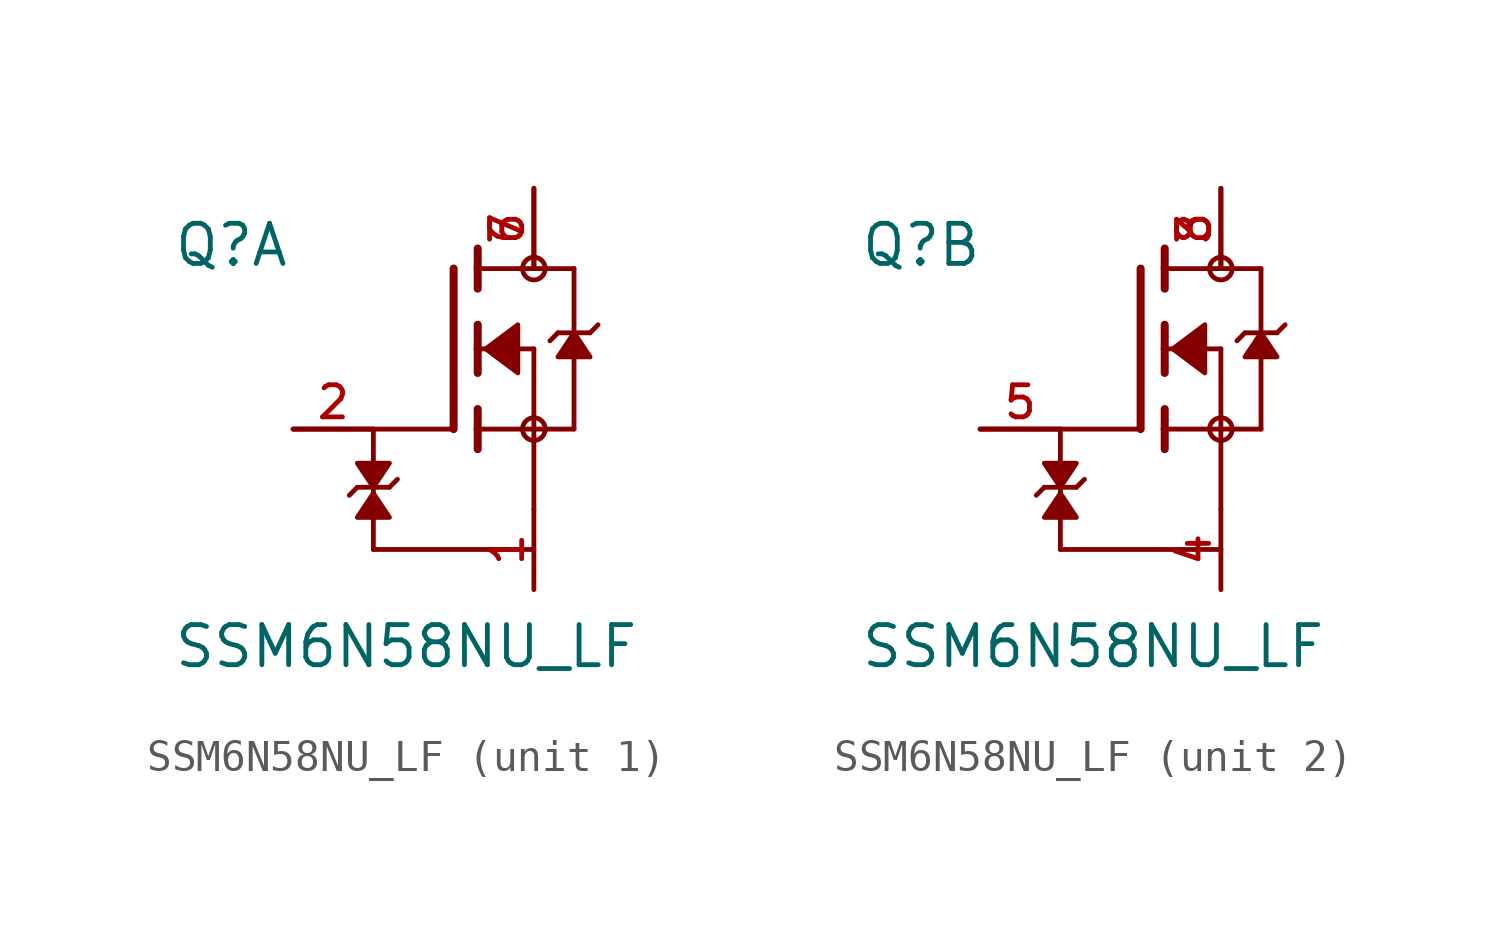
<source format=kicad_sym>
(kicad_symbol_lib
  (version 20241209)
  (generator "kicad_symbol_editor")
  (generator_version "9.0")
  (symbol "SSM6N58NU_LF"
    (pin_names
      (offset 1.016))
    (property "Reference" "Q"
      (at -8.89 2.54 0)
      (effects (font (size 1.27 1.27)) (justify left bottom)))
    (property "Value" "SSM6N58NU_LF"
      (at -8.89 -10.16 0)
      (effects (font (size 1.27 1.27)) (justify left bottom)))
    (symbol "SSM6N58NU_LF_1_0"
      (polyline (pts (xy -3.302 -4.636) (xy -3.048 -4.381)) (stroke (width 0.152) (type default)) (fill (type none)))
      (polyline (pts (xy -3.048 -4.381) (xy -2.54 -4.381)) (stroke (width 0.152) (type default)) (fill (type none)))
      (polyline (pts (xy -2.54 -2.54) (xy -2.54 -3.619)) (stroke (width 0.152) (type default)) (fill (type none)))
      (polyline (pts (xy -2.54 -4.381) (xy -2.032 -4.381)) (stroke (width 0.152) (type default)) (fill (type none)))
      (polyline (pts (xy -2.54 -4.381) (xy -2.032 -3.619) (xy -3.048 -3.619) (xy -2.54 -4.381)) (stroke (width 0.152) (type default)) (fill (type outline)))
      (polyline (pts (xy -2.54 -4.572) (xy -3.048 -5.334) (xy -2.032 -5.334) (xy -2.54 -4.572)) (stroke (width 0.152) (type default)) (fill (type outline)))
      (polyline (pts (xy -2.54 -6.35) (xy -2.54 -4.381)) (stroke (width 0.152) (type default)) (fill (type none)))
      (polyline (pts (xy -2.54 -6.35) (xy 2.54 -6.35)) (stroke (width 0.152) (type default)) (fill (type none)))
      (polyline (pts (xy -2.032 -4.381) (xy -1.778 -4.128)) (stroke (width 0.152) (type default)) (fill (type none)))
      (polyline (pts (xy 0 2.54) (xy 0 -2.54)) (stroke (width 0.254) (type default)) (fill (type none)))
      (polyline (pts (xy 0 -2.54) (xy -5.08 -2.54)) (stroke (width 0.152) (type default)) (fill (type none)))
      (polyline (pts (xy 0.762 3.175) (xy 0.762 2.54)) (stroke (width 0.254) (type default)) (fill (type none)))
      (polyline (pts (xy 0.762 2.54) (xy 0.762 1.905)) (stroke (width 0.254) (type default)) (fill (type none)))
      (polyline (pts (xy 0.762 2.54) (xy 3.81 2.54)) (stroke (width 0.152) (type default)) (fill (type none)))
      (polyline (pts (xy 0.762 0.762) (xy 0.762 0)) (stroke (width 0.254) (type default)) (fill (type none)))
      (polyline (pts (xy 0.762 0) (xy 0.762 -0.762)) (stroke (width 0.254) (type default)) (fill (type none)))
      (polyline (pts (xy 0.762 0) (xy 2.54 0)) (stroke (width 0.152) (type default)) (fill (type none)))
      (polyline (pts (xy 0.762 -1.905) (xy 0.762 -2.54)) (stroke (width 0.254) (type default)) (fill (type none)))
      (polyline (pts (xy 0.762 -2.54) (xy 0.762 -3.175)) (stroke (width 0.254) (type default)) (fill (type none)))
      (polyline (pts (xy 1.016 0) (xy 2.032 0.762) (xy 2.032 -0.762) (xy 1.016 0)) (stroke (width 0.152) (type default)) (fill (type outline)))
      (circle (center 2.54 2.54) (radius 0.359) (stroke (width 0) (type default)) (fill (type none)))
      (polyline (pts (xy 2.54 0) (xy 2.54 -2.54)) (stroke (width 0.152) (type default)) (fill (type none)))
      (polyline (pts (xy 2.54 -2.54) (xy 0.762 -2.54)) (stroke (width 0.152) (type default)) (fill (type none)))
      (polyline (pts (xy 2.54 -2.54) (xy 2.54 -5.08)) (stroke (width 0.152) (type default)) (fill (type none)))
      (polyline (pts (xy 2.54 -2.54) (xy 3.81 -2.54)) (stroke (width 0.152) (type default)) (fill (type none)))
      (circle (center 2.54 -2.54) (radius 0.359) (stroke (width 0) (type default)) (fill (type none)))
      (polyline (pts (xy 3.302 0.508) (xy 3.048 0.254)) (stroke (width 0.152) (type default)) (fill (type none)))
      (polyline (pts (xy 3.81 2.54) (xy 3.81 0.508)) (stroke (width 0.152) (type default)) (fill (type none)))
      (polyline (pts (xy 3.81 0.508) (xy 3.302 0.508)) (stroke (width 0.152) (type default)) (fill (type none)))
      (polyline (pts (xy 3.81 0.508) (xy 3.81 -2.54)) (stroke (width 0.152) (type default)) (fill (type none)))
      (polyline (pts (xy 3.81 0.508) (xy 3.302 -0.254) (xy 4.318 -0.254) (xy 3.81 0.508)) (stroke (width 0.152) (type default)) (fill (type outline)))
      (polyline (pts (xy 4.318 0.508) (xy 3.81 0.508)) (stroke (width 0.152) (type default)) (fill (type none)))
      (polyline (pts (xy 4.572 0.762) (xy 4.318 0.508)) (stroke (width 0.152) (type default)) (fill (type none)))
      (pin passive line (at -5.08 -2.54 0) (length 2.54) (name "~" (effects (font (size 1.016 1.016)))) (number "2" (effects (font (size 1.016 1.016)))))
      (pin passive line (at 2.54 5.08 270) (length 2.54) (name "~" (effects (font (size 1.016 1.016)))) (number "6" (effects (font (size 1.016 1.016)))))
      (pin passive line (at 2.54 5.08 270) (length 2.54) (name "~" (effects (font (size 1.016 1.016)))) (number "7" (effects (font (size 1.016 1.016)))))
      (pin passive line (at 2.54 -7.62 90) (length 2.54) (name "~" (effects (font (size 1.016 1.016)))) (number "1" (effects (font (size 1.016 1.016))))))
    (symbol "SSM6N58NU_LF_2_0"
      (polyline (pts (xy -3.302 -4.636) (xy -3.048 -4.381)) (stroke (width 0.152) (type default)) (fill (type none)))
      (polyline (pts (xy -3.048 -4.381) (xy -2.54 -4.381)) (stroke (width 0.152) (type default)) (fill (type none)))
      (polyline (pts (xy -2.54 -2.54) (xy -2.54 -3.619)) (stroke (width 0.152) (type default)) (fill (type none)))
      (polyline (pts (xy -2.54 -4.381) (xy -2.032 -4.381)) (stroke (width 0.152) (type default)) (fill (type none)))
      (polyline (pts (xy -2.54 -4.381) (xy -2.032 -3.619) (xy -3.048 -3.619) (xy -2.54 -4.381)) (stroke (width 0.152) (type default)) (fill (type outline)))
      (polyline (pts (xy -2.54 -4.572) (xy -3.048 -5.334) (xy -2.032 -5.334) (xy -2.54 -4.572)) (stroke (width 0.152) (type default)) (fill (type outline)))
      (polyline (pts (xy -2.54 -6.35) (xy -2.54 -4.381)) (stroke (width 0.152) (type default)) (fill (type none)))
      (polyline (pts (xy -2.54 -6.35) (xy 2.54 -6.35)) (stroke (width 0.152) (type default)) (fill (type none)))
      (polyline (pts (xy -2.032 -4.381) (xy -1.778 -4.128)) (stroke (width 0.152) (type default)) (fill (type none)))
      (polyline (pts (xy 0 2.54) (xy 0 -2.54)) (stroke (width 0.254) (type default)) (fill (type none)))
      (polyline (pts (xy 0 -2.54) (xy -5.08 -2.54)) (stroke (width 0.152) (type default)) (fill (type none)))
      (polyline (pts (xy 0.762 3.175) (xy 0.762 2.54)) (stroke (width 0.254) (type default)) (fill (type none)))
      (polyline (pts (xy 0.762 2.54) (xy 0.762 1.905)) (stroke (width 0.254) (type default)) (fill (type none)))
      (polyline (pts (xy 0.762 2.54) (xy 3.81 2.54)) (stroke (width 0.152) (type default)) (fill (type none)))
      (polyline (pts (xy 0.762 0.762) (xy 0.762 0)) (stroke (width 0.254) (type default)) (fill (type none)))
      (polyline (pts (xy 0.762 0) (xy 0.762 -0.762)) (stroke (width 0.254) (type default)) (fill (type none)))
      (polyline (pts (xy 0.762 0) (xy 2.54 0)) (stroke (width 0.152) (type default)) (fill (type none)))
      (polyline (pts (xy 0.762 -1.905) (xy 0.762 -2.54)) (stroke (width 0.254) (type default)) (fill (type none)))
      (polyline (pts (xy 0.762 -2.54) (xy 0.762 -3.175)) (stroke (width 0.254) (type default)) (fill (type none)))
      (polyline (pts (xy 1.016 0) (xy 2.032 0.762) (xy 2.032 -0.762) (xy 1.016 0)) (stroke (width 0.152) (type default)) (fill (type outline)))
      (circle (center 2.54 2.54) (radius 0.359) (stroke (width 0) (type default)) (fill (type none)))
      (polyline (pts (xy 2.54 0) (xy 2.54 -2.54)) (stroke (width 0.152) (type default)) (fill (type none)))
      (polyline (pts (xy 2.54 -2.54) (xy 0.762 -2.54)) (stroke (width 0.152) (type default)) (fill (type none)))
      (polyline (pts (xy 2.54 -2.54) (xy 2.54 -5.08)) (stroke (width 0.152) (type default)) (fill (type none)))
      (polyline (pts (xy 2.54 -2.54) (xy 3.81 -2.54)) (stroke (width 0.152) (type default)) (fill (type none)))
      (circle (center 2.54 -2.54) (radius 0.359) (stroke (width 0) (type default)) (fill (type none)))
      (polyline (pts (xy 3.302 0.508) (xy 3.048 0.254)) (stroke (width 0.152) (type default)) (fill (type none)))
      (polyline (pts (xy 3.81 2.54) (xy 3.81 0.508)) (stroke (width 0.152) (type default)) (fill (type none)))
      (polyline (pts (xy 3.81 0.508) (xy 3.302 0.508)) (stroke (width 0.152) (type default)) (fill (type none)))
      (polyline (pts (xy 3.81 0.508) (xy 3.81 -2.54)) (stroke (width 0.152) (type default)) (fill (type none)))
      (polyline (pts (xy 3.81 0.508) (xy 3.302 -0.254) (xy 4.318 -0.254) (xy 3.81 0.508)) (stroke (width 0.152) (type default)) (fill (type outline)))
      (polyline (pts (xy 4.318 0.508) (xy 3.81 0.508)) (stroke (width 0.152) (type default)) (fill (type none)))
      (polyline (pts (xy 4.572 0.762) (xy 4.318 0.508)) (stroke (width 0.152) (type default)) (fill (type none)))
      (pin passive line (at -5.08 -2.54 0) (length 2.54) (name "~" (effects (font (size 1.016 1.016)))) (number "5" (effects (font (size 1.016 1.016)))))
      (pin passive line (at 2.54 5.08 270) (length 2.54) (name "~" (effects (font (size 1.016 1.016)))) (number "3" (effects (font (size 1.016 1.016)))))
      (pin passive line (at 2.54 5.08 270) (length 2.54) (name "~" (effects (font (size 1.016 1.016)))) (number "8" (effects (font (size 1.016 1.016)))))
      (pin passive line (at 2.54 -7.62 90) (length 2.54) (name "~" (effects (font (size 1.016 1.016)))) (number "4" (effects (font (size 1.016 1.016))))))))
</source>
